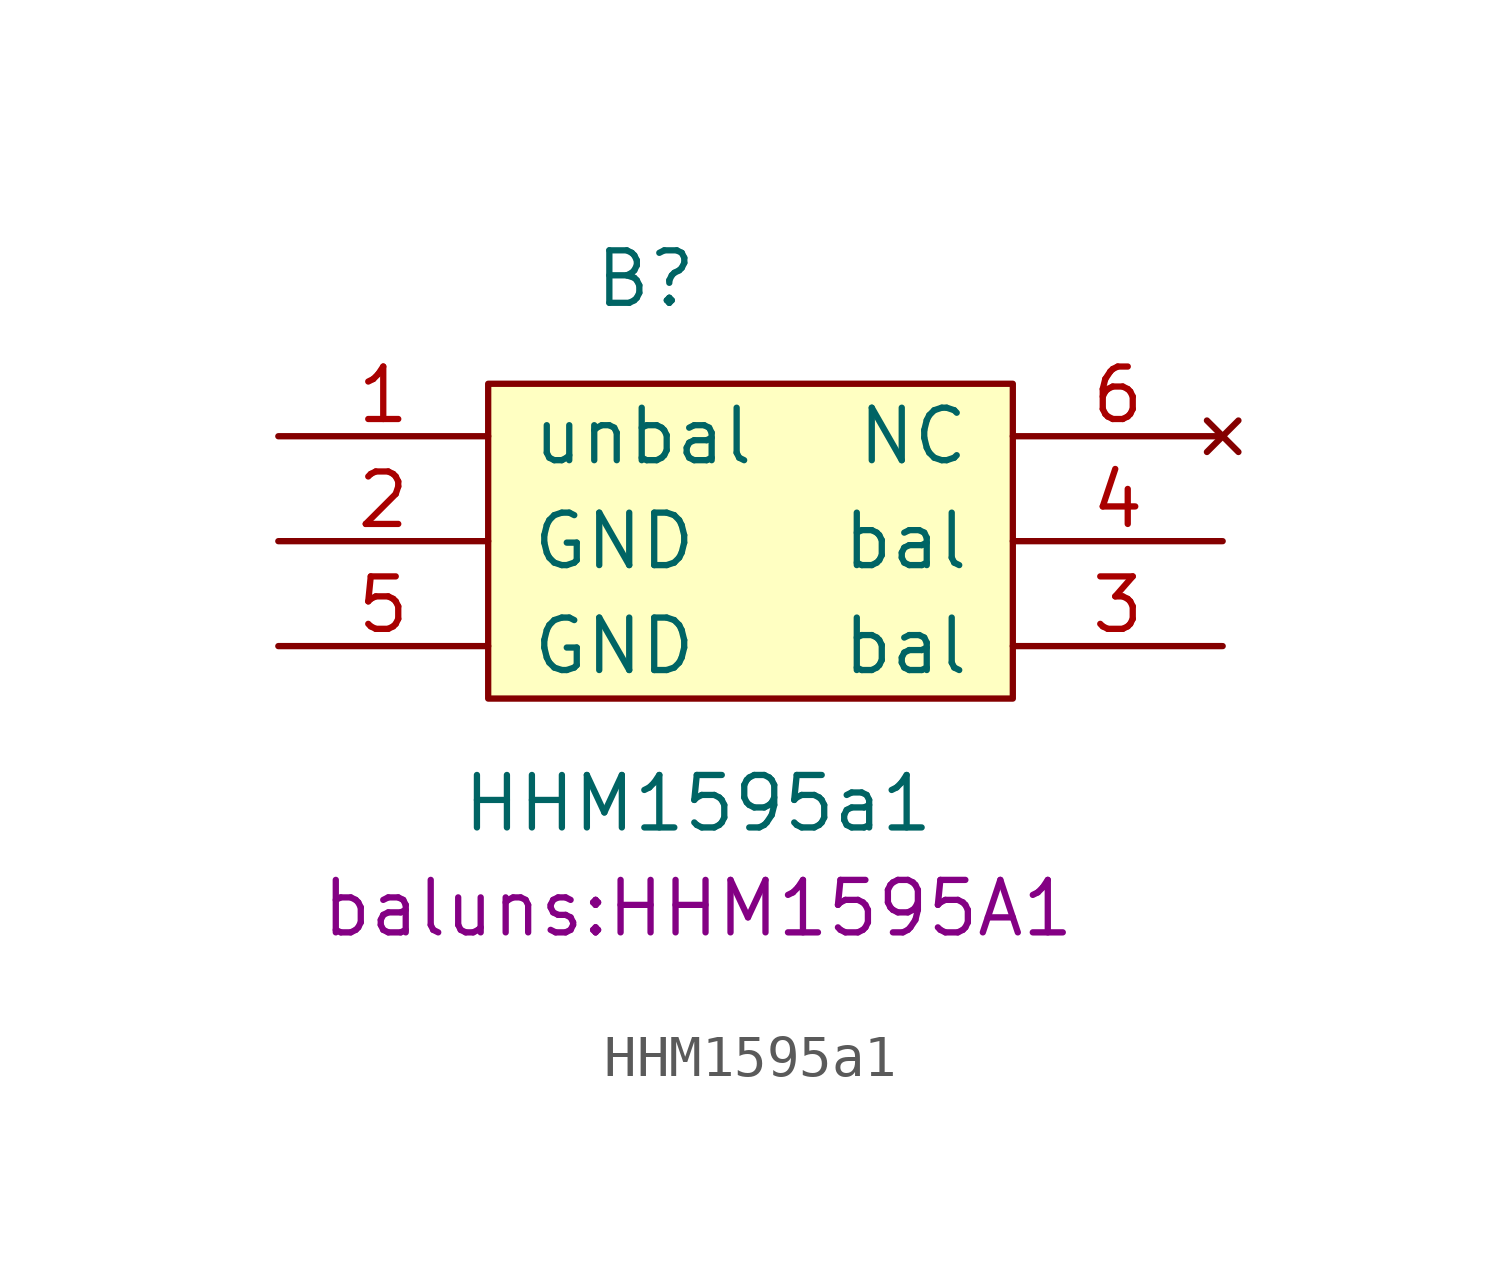
<source format=kicad_sym>
(kicad_symbol_lib
  (version 20211014)
  (generator kicad_symbol_editor)
  (symbol "HHM1595a1"
    (pin_names
      (offset 1.016))
    (property "Reference" "B"
      (at -2.54 6.35 0)
      (effects (font (size 1.27 1.27))))
    (property "Value" "HHM1595a1"
      (at -1.27 -6.35 0)
      (effects (font (size 1.27 1.27))))
    (property "Footprint" "baluns:HHM1595A1"
      (at -1.27 -8.89 0)
      (effects (font (size 1.27 1.27))))
    (symbol "HHM1595a1_0_1"
      (rectangle (start -6.35 3.81) (end 6.35 -3.81) (stroke (width 0) (type default) (color 0 0 0 0)) (fill (type background))))
    (symbol "HHM1595a1_1_1"
      (pin input line (at -11.43 2.54 0) (length 5.08) (name "unbal" (effects (font (size 1.27 1.27)))) (number "1" (effects (font (size 1.27 1.27)))))
      (pin input line (at -11.43 0 0) (length 5.08) (name "GND" (effects (font (size 1.27 1.27)))) (number "2" (effects (font (size 1.27 1.27)))))
      (pin input line (at 11.43 -2.54 180) (length 5.08) (name "bal" (effects (font (size 1.27 1.27)))) (number "3" (effects (font (size 1.27 1.27)))))
      (pin input line (at 11.43 0 180) (length 5.08) (name "bal" (effects (font (size 1.27 1.27)))) (number "4" (effects (font (size 1.27 1.27)))))
      (pin input line (at -11.43 -2.54 0) (length 5.08) (name "GND" (effects (font (size 1.27 1.27)))) (number "5" (effects (font (size 1.27 1.27)))))
      (pin no_connect line (at 11.43 2.54 180) (length 5.08) (name "NC" (effects (font (size 1.27 1.27)))) (number "6" (effects (font (size 1.27 1.27))))))))
</source>
